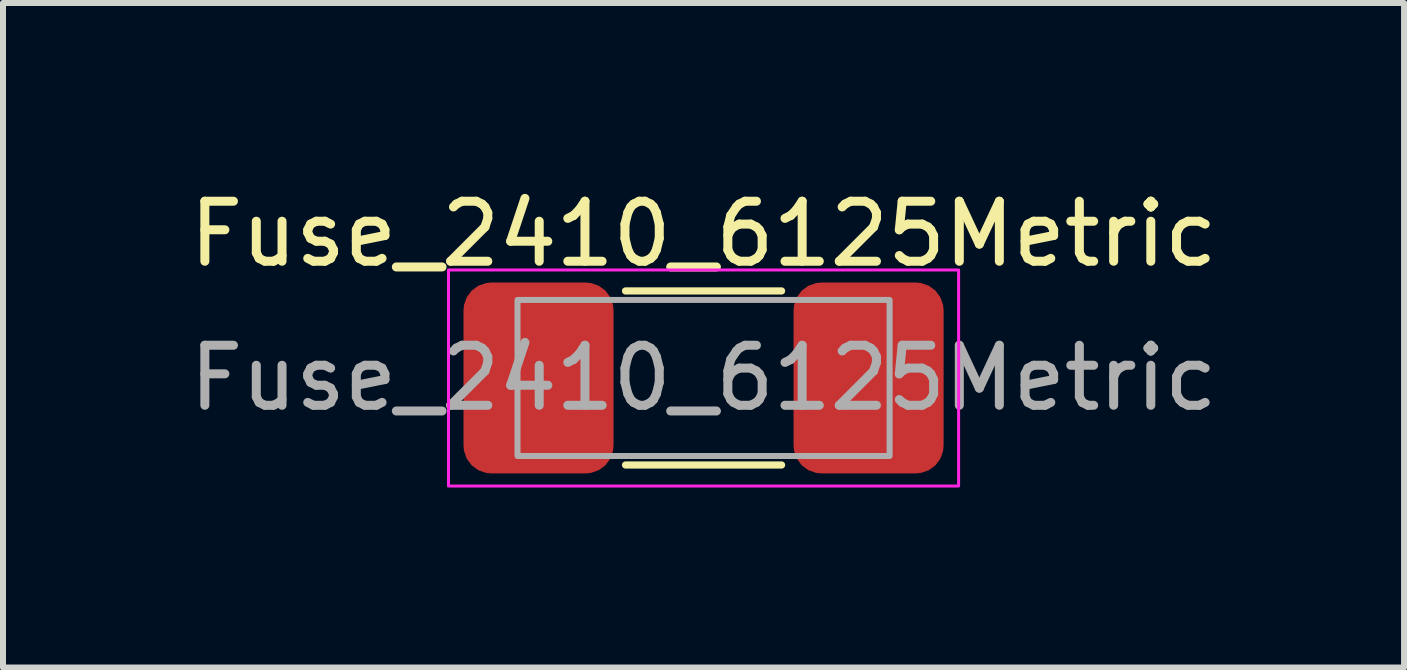
<source format=kicad_pcb>
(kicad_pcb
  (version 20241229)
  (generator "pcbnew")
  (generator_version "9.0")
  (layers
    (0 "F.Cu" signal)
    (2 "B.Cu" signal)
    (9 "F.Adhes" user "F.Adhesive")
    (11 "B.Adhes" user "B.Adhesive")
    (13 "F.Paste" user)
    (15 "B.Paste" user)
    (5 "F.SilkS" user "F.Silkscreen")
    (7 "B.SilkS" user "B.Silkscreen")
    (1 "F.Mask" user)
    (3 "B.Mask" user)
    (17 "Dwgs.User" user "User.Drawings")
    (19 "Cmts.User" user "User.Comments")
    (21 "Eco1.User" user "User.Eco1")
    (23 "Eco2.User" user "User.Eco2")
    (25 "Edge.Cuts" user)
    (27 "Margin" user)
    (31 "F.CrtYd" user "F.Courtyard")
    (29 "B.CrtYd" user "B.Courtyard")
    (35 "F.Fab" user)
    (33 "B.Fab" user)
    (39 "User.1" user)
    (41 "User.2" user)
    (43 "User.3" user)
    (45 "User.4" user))
  (footprint "Fuse_2410_6125Metric"
    (layer "F.Cu")
    (at 8.673 3.248)
    (property "Reference" "Fuse_2410_6125Metric" (at 0 -2.4 0) (layer "F.SilkS") (effects (font (size 1 1) (thickness 0.15))))
    (attr smd)
    (fp_line (start -1.3 -1.45) (end 1.3 -1.45) (stroke (width 0.12) (type solid)) (layer "F.SilkS"))
    (fp_line (start -1.3 1.45) (end 1.3 1.45) (stroke (width 0.12) (type solid)) (layer "F.SilkS"))
    (fp_rect (start -4.25 -1.8) (end 4.25 1.8) (stroke (width 0.05) (type default)) (fill no) (layer "F.CrtYd"))
    (fp_rect (start -3.1 -1.3) (end 3.1 1.3) (stroke (width 0.1) (type default)) (fill no) (layer "F.Fab"))
    (fp_text user "${REFERENCE}" (at 0 0 0) (layer "F.Fab") (effects (font (size 1 1) (thickness 0.15))))
    (pad "1" smd roundrect (at -2.75 0) (size 2.5 3.18) (layers "F.Cu" "F.Mask" "F.Paste") (roundrect_rratio 0.185))
    (pad "2" smd roundrect (at 2.75 0) (size 2.5 3.18) (layers "F.Cu" "F.Mask" "F.Paste") (roundrect_rratio 0.185)))
  (gr_rect
    (start -3 -3)
    (end 20.345 8.073)
    (stroke (width 0.1) (type default))
    (fill no)
    (layer "Edge.Cuts")))
</source>
